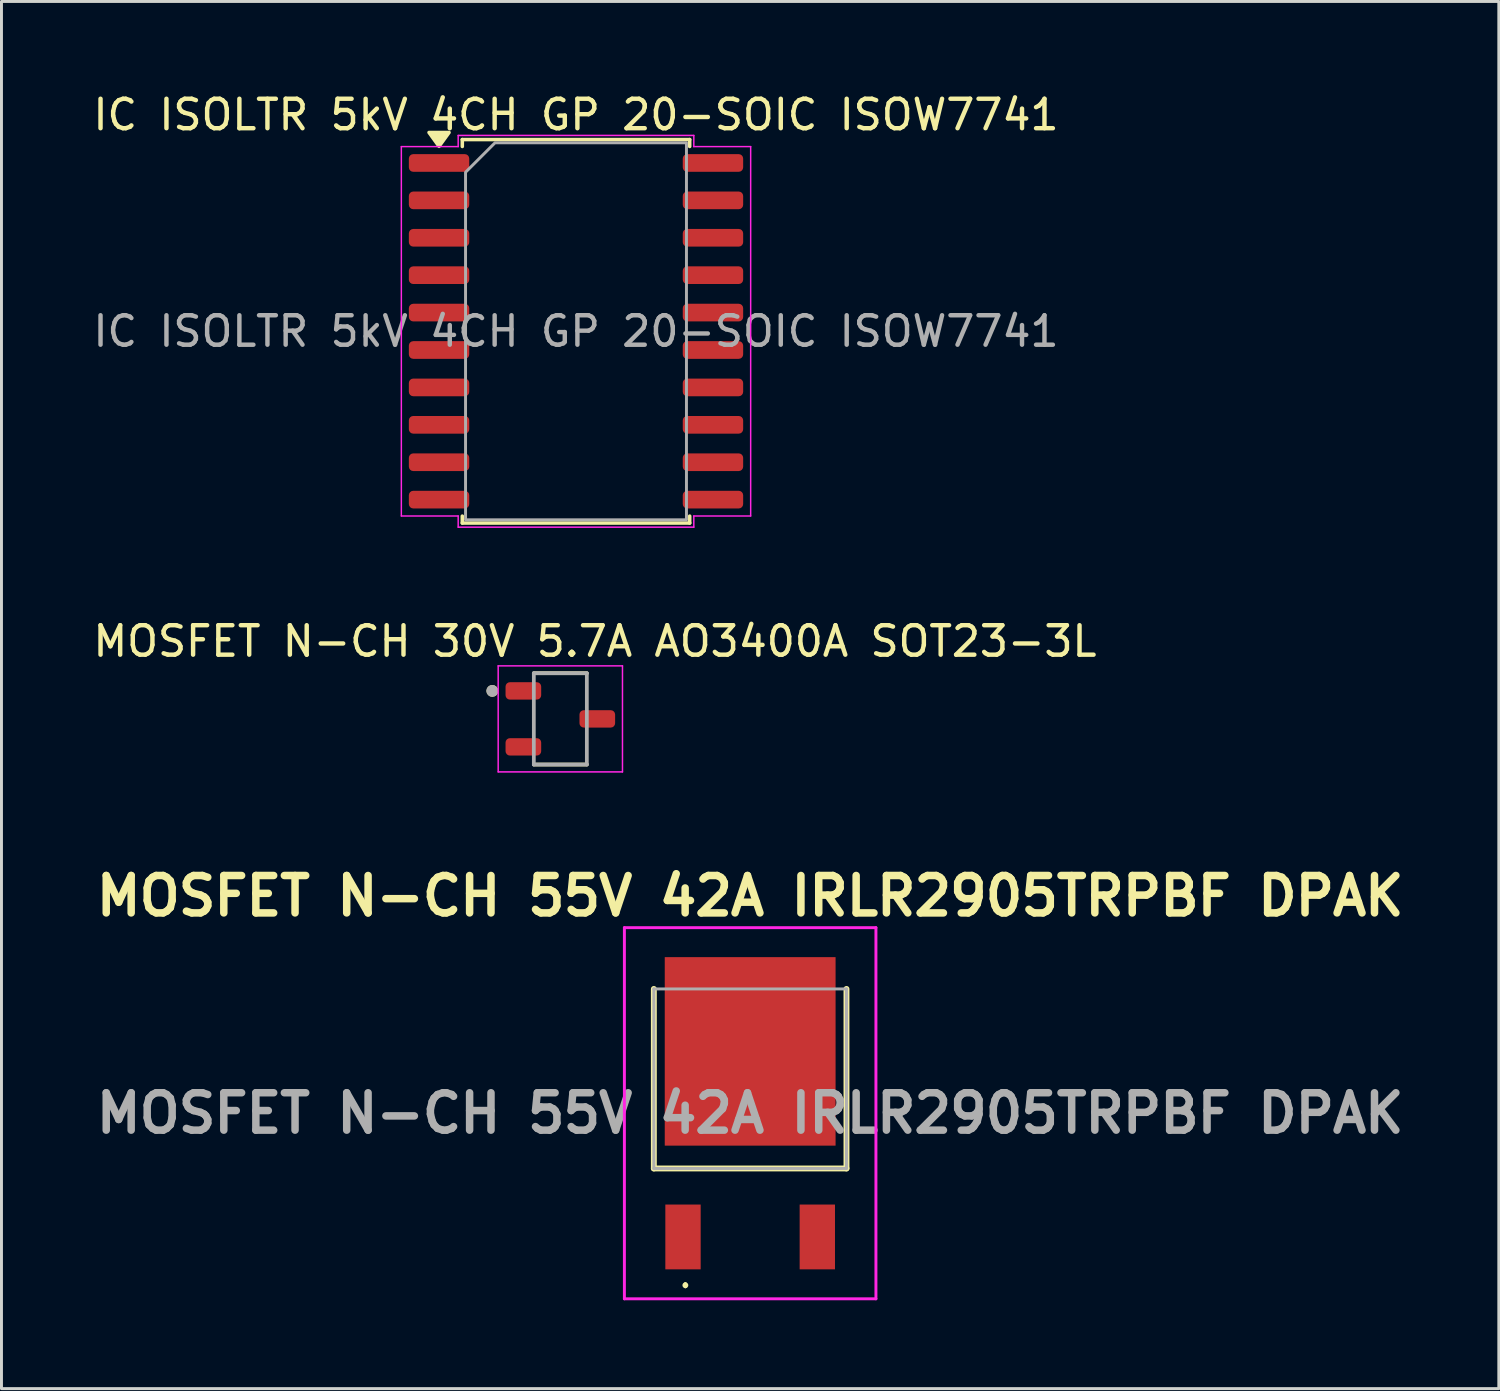
<source format=kicad_pcb>
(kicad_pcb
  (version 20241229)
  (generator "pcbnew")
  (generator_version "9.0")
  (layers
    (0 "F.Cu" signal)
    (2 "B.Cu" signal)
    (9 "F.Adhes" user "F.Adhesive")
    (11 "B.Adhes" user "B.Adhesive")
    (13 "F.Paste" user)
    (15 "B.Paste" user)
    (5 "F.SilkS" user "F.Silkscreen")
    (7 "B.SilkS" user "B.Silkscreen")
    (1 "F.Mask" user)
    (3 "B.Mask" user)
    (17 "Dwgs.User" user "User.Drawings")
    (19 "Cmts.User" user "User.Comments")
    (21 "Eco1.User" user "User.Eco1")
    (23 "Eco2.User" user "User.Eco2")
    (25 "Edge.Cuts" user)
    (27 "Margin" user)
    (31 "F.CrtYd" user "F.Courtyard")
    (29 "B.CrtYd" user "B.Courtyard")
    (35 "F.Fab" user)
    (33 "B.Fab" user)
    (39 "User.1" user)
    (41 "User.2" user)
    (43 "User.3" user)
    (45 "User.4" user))
  (footprint "MOSFET N-CH 55V 42A IRLR2905TRPBF DPAK"
    (layer "F.Cu")
    (at 22.419 34.736)
    (property "Reference" "MOSFET N-CH 55V 42A IRLR2905TRPBF DPAK" (at 0 -7.366 0) (layer "F.SilkS") (effects (font (size 1.27 1.27) (thickness 0.254))))
    (attr smd)
    (fp_line (start -3.27 -4.21) (end -3.27 1.885) (stroke (width 0.2) (type solid)) (layer "F.SilkS"))
    (fp_line (start -3.27 1.885) (end 3.27 1.885) (stroke (width 0.2) (type solid)) (layer "F.SilkS"))
    (fp_line (start -2.2 5.8) (end -2.2 5.8) (stroke (width 0.1) (type solid)) (layer "F.SilkS"))
    (fp_line (start -2.2 5.9) (end -2.2 5.9) (stroke (width 0.1) (type solid)) (layer "F.SilkS"))
    (fp_line (start 3.27 1.885) (end 3.27 -4.21) (stroke (width 0.2) (type solid)) (layer "F.SilkS"))
    (fp_arc (start -2.2 5.8) (mid -2.15 5.85) (end -2.2 5.9) (stroke (width 0.1) (type solid)) (layer "F.SilkS"))
    (fp_arc (start -2.2 5.9) (mid -2.25 5.85) (end -2.2 5.8) (stroke (width 0.1) (type solid)) (layer "F.SilkS"))
    (fp_line (start -4.27 -6.29) (end 4.27 -6.29) (stroke (width 0.1) (type solid)) (layer "F.CrtYd"))
    (fp_line (start -4.27 6.31) (end -4.27 -6.29) (stroke (width 0.1) (type solid)) (layer "F.CrtYd"))
    (fp_line (start 4.27 -6.29) (end 4.27 6.31) (stroke (width 0.1) (type solid)) (layer "F.CrtYd"))
    (fp_line (start 4.27 6.31) (end -4.27 6.31) (stroke (width 0.1) (type solid)) (layer "F.CrtYd"))
    (fp_line (start -3.27 -4.21) (end 3.27 -4.21) (stroke (width 0.1) (type solid)) (layer "F.Fab"))
    (fp_line (start -3.27 1.885) (end -3.27 -4.21) (stroke (width 0.1) (type solid)) (layer "F.Fab"))
    (fp_line (start 3.27 -4.21) (end 3.27 1.885) (stroke (width 0.1) (type solid)) (layer "F.Fab"))
    (fp_line (start 3.27 1.885) (end -3.27 1.885) (stroke (width 0.1) (type solid)) (layer "F.Fab"))
    (fp_text user "${REFERENCE}" (at 0 0.01 0) (layer "F.Fab") (effects (font (size 1.27 1.27) (thickness 0.254))))
    (pad "1" smd rect (at -2.28 4.21) (size 1.2 2.2) (layers "F.Cu" "F.Mask" "F.Paste"))
    (pad "2" smd rect (at 0 -2.09) (size 5.8 6.4) (layers "F.Cu" "F.Mask" "F.Paste"))
    (pad "3" smd rect (at 2.28 4.21) (size 1.2 2.2) (layers "F.Cu" "F.Mask" "F.Paste")))
  (footprint "MOSFET N-CH 30V 5.7A AO3400A SOT23-3L"
    (layer "F.Cu")
    (at 15.974 21.357)
    (property "Reference" "MOSFET N-CH 30V 5.7A AO3400A SOT23-3L" (at 1.175 -2.635 0) (layer "F.SilkS") (effects (font (size 1 1) (thickness 0.15))))
    (attr smd)
    (fp_line (start -0.9 1.55) (end 0.9 1.55) (stroke (width 0.127) (type solid)) (layer "F.SilkS"))
    (fp_line (start 0.9 -1.55) (end -0.9 -1.55) (stroke (width 0.127) (type solid)) (layer "F.SilkS"))
    (fp_circle (center -2.31 -0.95) (end -2.21 -0.95) (stroke (width 0.2) (type solid)) (fill no) (layer "F.SilkS"))
    (fp_line (start -2.11 -1.8) (end 2.11 -1.8) (stroke (width 0.05) (type solid)) (layer "F.CrtYd"))
    (fp_line (start -2.11 1.8) (end -2.11 -1.8) (stroke (width 0.05) (type solid)) (layer "F.CrtYd"))
    (fp_line (start 2.11 -1.8) (end 2.11 1.8) (stroke (width 0.05) (type solid)) (layer "F.CrtYd"))
    (fp_line (start 2.11 1.8) (end -2.11 1.8) (stroke (width 0.05) (type solid)) (layer "F.CrtYd"))
    (fp_line (start -0.9 -1.55) (end -0.9 1.55) (stroke (width 0.127) (type solid)) (layer "F.Fab"))
    (fp_line (start -0.9 1.55) (end 0.9 1.55) (stroke (width 0.127) (type solid)) (layer "F.Fab"))
    (fp_line (start 0.9 -1.55) (end -0.9 -1.55) (stroke (width 0.127) (type solid)) (layer "F.Fab"))
    (fp_line (start 0.9 1.55) (end 0.9 -1.55) (stroke (width 0.127) (type solid)) (layer "F.Fab"))
    (fp_circle (center -2.31 -0.95) (end -2.21 -0.95) (stroke (width 0.2) (type solid)) (fill no) (layer "F.Fab"))
    (pad "1" smd roundrect (at -1.255 -0.95) (size 1.21 0.59) (layers "F.Cu" "F.Mask" "F.Paste") (roundrect_rratio 0.25))
    (pad "2" smd roundrect (at -1.255 0.95) (size 1.21 0.59) (layers "F.Cu" "F.Mask" "F.Paste") (roundrect_rratio 0.25))
    (pad "3" smd roundrect (at 1.255 0) (size 1.21 0.59) (layers "F.Cu" "F.Mask" "F.Paste") (roundrect_rratio 0.25)))
  (footprint "IC ISOLTR 5kV 4CH GP 20-SOIC ISOW7741"
    (layer "F.Cu")
    (at 16.506 8.198)
    (property "Reference" "IC ISOLTR 5kV 4CH GP 20-SOIC ISOW7741" (at 0 -7.35 0) (layer "F.SilkS") (effects (font (size 1 1) (thickness 0.15))))
    (attr smd)
    (fp_line (start -3.86 -6.51) (end 3.86 -6.51) (stroke (width 0.12) (type solid)) (layer "F.SilkS"))
    (fp_line (start -3.86 -6.275) (end -3.86 -6.51) (stroke (width 0.12) (type solid)) (layer "F.SilkS"))
    (fp_line (start -3.86 6.51) (end -3.86 6.275) (stroke (width 0.12) (type solid)) (layer "F.SilkS"))
    (fp_line (start 3.86 -6.51) (end 3.86 -6.275) (stroke (width 0.12) (type solid)) (layer "F.SilkS"))
    (fp_line (start 3.86 6.275) (end 3.86 6.51) (stroke (width 0.12) (type solid)) (layer "F.SilkS"))
    (fp_line (start 3.86 6.51) (end -3.86 6.51) (stroke (width 0.12) (type solid)) (layer "F.SilkS"))
    (fp_poly (pts (xy -4.65 -6.28) (xy -4.99 -6.75) (xy -4.31 -6.75)) (stroke (width 0.12) (type solid)) (fill yes) (layer "F.SilkS"))
    (fp_line (start -5.93 -6.27) (end -4 -6.27) (stroke (width 0.05) (type solid)) (layer "F.CrtYd"))
    (fp_line (start -5.93 6.27) (end -5.93 -6.27) (stroke (width 0.05) (type solid)) (layer "F.CrtYd"))
    (fp_line (start -4 -6.65) (end 4 -6.65) (stroke (width 0.05) (type solid)) (layer "F.CrtYd"))
    (fp_line (start -4 -6.27) (end -4 -6.65) (stroke (width 0.05) (type solid)) (layer "F.CrtYd"))
    (fp_line (start -4 6.27) (end -5.93 6.27) (stroke (width 0.05) (type solid)) (layer "F.CrtYd"))
    (fp_line (start -4 6.65) (end -4 6.27) (stroke (width 0.05) (type solid)) (layer "F.CrtYd"))
    (fp_line (start 4 -6.65) (end 4 -6.27) (stroke (width 0.05) (type solid)) (layer "F.CrtYd"))
    (fp_line (start 4 -6.27) (end 5.93 -6.27) (stroke (width 0.05) (type solid)) (layer "F.CrtYd"))
    (fp_line (start 4 6.27) (end 4 6.65) (stroke (width 0.05) (type solid)) (layer "F.CrtYd"))
    (fp_line (start 4 6.65) (end -4 6.65) (stroke (width 0.05) (type solid)) (layer "F.CrtYd"))
    (fp_line (start 5.93 -6.27) (end 5.93 6.27) (stroke (width 0.05) (type solid)) (layer "F.CrtYd"))
    (fp_line (start 5.93 6.27) (end 4 6.27) (stroke (width 0.05) (type solid)) (layer "F.CrtYd"))
    (fp_poly (pts (xy -2.75 -6.4) (xy 3.75 -6.4) (xy 3.75 6.4) (xy -3.75 6.4) (xy -3.75 -5.4)) (stroke (width 0.1) (type solid)) (fill no) (layer "F.Fab"))
    (fp_text user "${REFERENCE}" (at 0 0 0) (layer "F.Fab") (effects (font (size 1 1) (thickness 0.15))))
    (pad "1" smd roundrect (at -4.65 -5.715) (size 2.05 0.6) (layers "F.Cu" "F.Mask" "F.Paste") (roundrect_rratio 0.25))
    (pad "2" smd roundrect (at -4.65 -4.445) (size 2.05 0.6) (layers "F.Cu" "F.Mask" "F.Paste") (roundrect_rratio 0.25))
    (pad "3" smd roundrect (at -4.65 -3.175) (size 2.05 0.6) (layers "F.Cu" "F.Mask" "F.Paste") (roundrect_rratio 0.25))
    (pad "4" smd roundrect (at -4.65 -1.905) (size 2.05 0.6) (layers "F.Cu" "F.Mask" "F.Paste") (roundrect_rratio 0.25))
    (pad "5" smd roundrect (at -4.65 -0.635) (size 2.05 0.6) (layers "F.Cu" "F.Mask" "F.Paste") (roundrect_rratio 0.25))
    (pad "6" smd roundrect (at -4.65 0.635) (size 2.05 0.6) (layers "F.Cu" "F.Mask" "F.Paste") (roundrect_rratio 0.25))
    (pad "7" smd roundrect (at -4.65 1.905) (size 2.05 0.6) (layers "F.Cu" "F.Mask" "F.Paste") (roundrect_rratio 0.25))
    (pad "8" smd roundrect (at -4.65 3.175) (size 2.05 0.6) (layers "F.Cu" "F.Mask" "F.Paste") (roundrect_rratio 0.25))
    (pad "9" smd roundrect (at -4.65 4.445) (size 2.05 0.6) (layers "F.Cu" "F.Mask" "F.Paste") (roundrect_rratio 0.25))
    (pad "10" smd roundrect (at -4.65 5.715) (size 2.05 0.6) (layers "F.Cu" "F.Mask" "F.Paste") (roundrect_rratio 0.25))
    (pad "11" smd roundrect (at 4.65 5.715) (size 2.05 0.6) (layers "F.Cu" "F.Mask" "F.Paste") (roundrect_rratio 0.25))
    (pad "12" smd roundrect (at 4.65 4.445) (size 2.05 0.6) (layers "F.Cu" "F.Mask" "F.Paste") (roundrect_rratio 0.25))
    (pad "13" smd roundrect (at 4.65 3.175) (size 2.05 0.6) (layers "F.Cu" "F.Mask" "F.Paste") (roundrect_rratio 0.25))
    (pad "14" smd roundrect (at 4.65 1.905) (size 2.05 0.6) (layers "F.Cu" "F.Mask" "F.Paste") (roundrect_rratio 0.25))
    (pad "15" smd roundrect (at 4.65 0.635) (size 2.05 0.6) (layers "F.Cu" "F.Mask" "F.Paste") (roundrect_rratio 0.25))
    (pad "16" smd roundrect (at 4.65 -0.635) (size 2.05 0.6) (layers "F.Cu" "F.Mask" "F.Paste") (roundrect_rratio 0.25))
    (pad "17" smd roundrect (at 4.65 -1.905) (size 2.05 0.6) (layers "F.Cu" "F.Mask" "F.Paste") (roundrect_rratio 0.25))
    (pad "18" smd roundrect (at 4.65 -3.175) (size 2.05 0.6) (layers "F.Cu" "F.Mask" "F.Paste") (roundrect_rratio 0.25))
    (pad "19" smd roundrect (at 4.65 -4.445) (size 2.05 0.6) (layers "F.Cu" "F.Mask" "F.Paste") (roundrect_rratio 0.25))
    (pad "20" smd roundrect (at 4.65 -5.715) (size 2.05 0.6) (layers "F.Cu" "F.Mask" "F.Paste") (roundrect_rratio 0.25)))
  (gr_rect
    (start -3 -3)
    (end 47.837 44.096)
    (stroke (width 0.1) (type default))
    (fill no)
    (layer "Edge.Cuts")))
</source>
